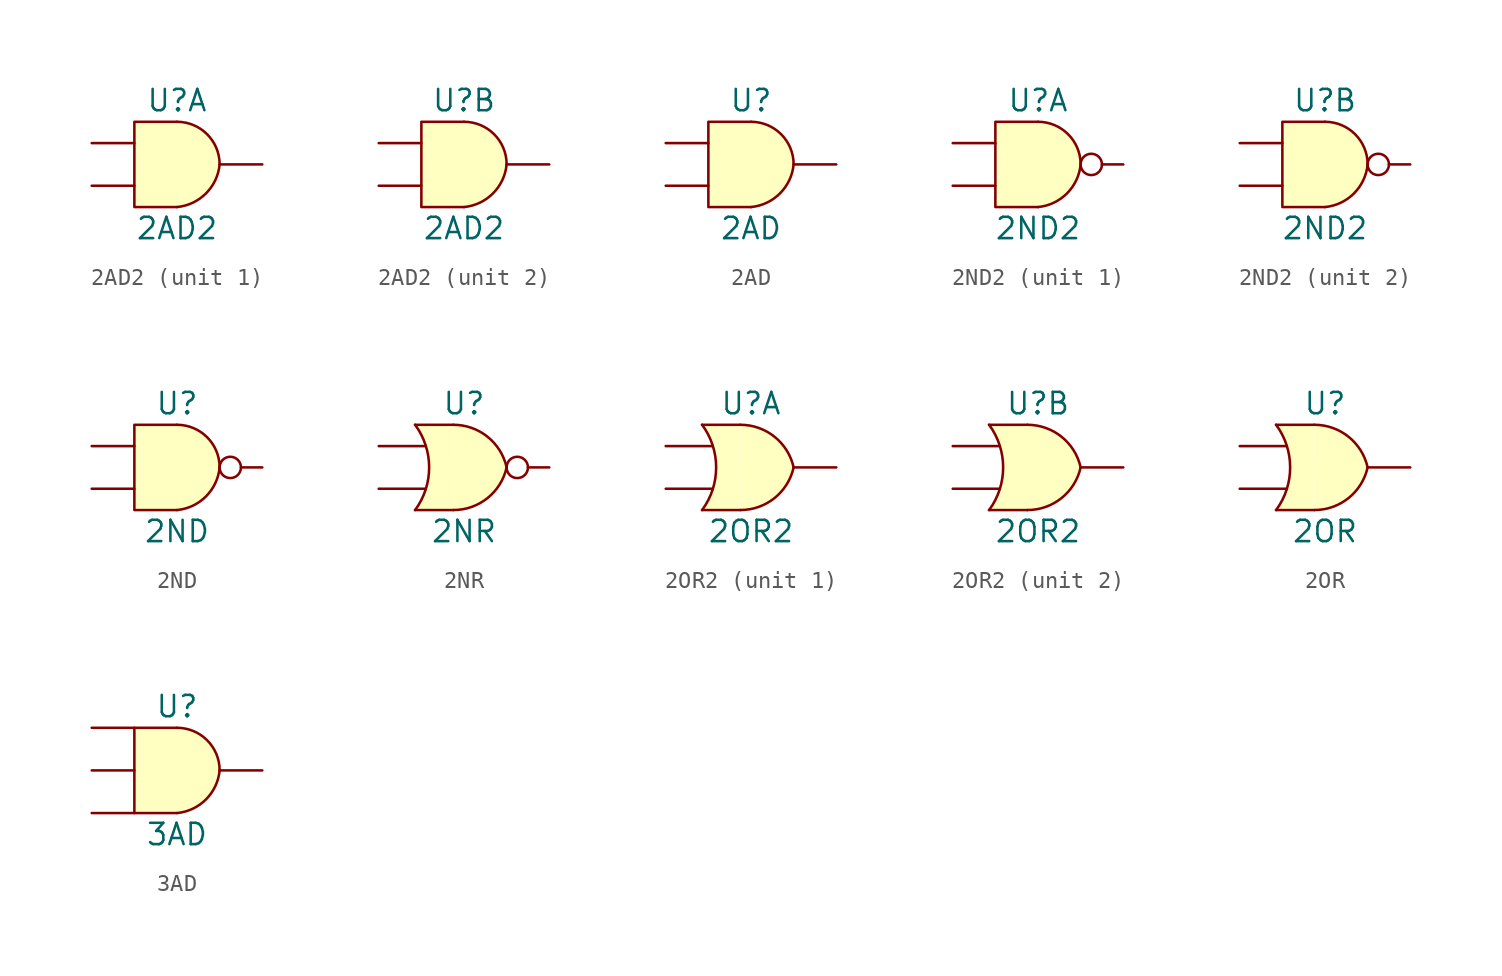
<source format=kicad_sym>
(kicad_symbol_lib
  (version 20231120)
  (generator "kicad_symbol_editor")
  (generator_version "8.0")
  (symbol "2AD2"
    (pin_numbers hide)
    (property "Reference" "U"
      (at 0 3.81 0)
      (effects (font (size 1.27 1.27))))
    (property "Value" "2AD2"
      (at 0 -3.81 0)
      (effects (font (size 1.27 1.27))))
    (property "ki_locked" ""
      (at 0 0 0)
      (effects (font (size 1.27 1.27))))
    (symbol "2AD2_1_1"
      (arc (start 0 -2.54) (mid 1.7263 -1.7263) (end 2.54 0) (stroke (width 0) (type default)) (fill (type background)))
      (polyline (pts (xy 0 2.54) (xy -2.54 2.54) (xy -2.54 -2.54) (xy 0 -2.54)) (stroke (width 0) (type default)) (fill (type background)))
      (arc (start 2.54 0) (mid 1.7961 1.7961) (end 0 2.54) (stroke (width 0) (type default)) (fill (type background)))
      (pin input line (at -5.08 1.27 0) (length 2.54) (name "" (effects (font (size 1.27 1.27)))) (number "1" (effects (font (size 0 0)))))
      (pin input line (at -5.08 -1.27 0) (length 2.54) (name "" (effects (font (size 1.27 1.27)))) (number "2" (effects (font (size 0 0)))))
      (pin output line (at 5.08 0 180) (length 2.54) (name "" (effects (font (size 1.27 1.27)))) (number "3" (effects (font (size 0 0))))))
    (symbol "2AD2_2_1"
      (arc (start 0 -2.54) (mid 1.7263 -1.7263) (end 2.54 0) (stroke (width 0) (type default)) (fill (type background)))
      (polyline (pts (xy 0 2.54) (xy -2.54 2.54) (xy -2.54 -2.54) (xy 0 -2.54)) (stroke (width 0) (type default)) (fill (type background)))
      (arc (start 2.54 0) (mid 1.7961 1.7961) (end 0 2.54) (stroke (width 0) (type default)) (fill (type background)))
      (pin input line (at -5.08 1.27 0) (length 2.54) (name "" (effects (font (size 1.27 1.27)))) (number "4" (effects (font (size 0 0)))))
      (pin input line (at -5.08 -1.27 0) (length 2.54) (name "" (effects (font (size 1.27 1.27)))) (number "5" (effects (font (size 0 0)))))
      (pin output line (at 5.08 0 180) (length 2.54) (name "" (effects (font (size 1.27 1.27)))) (number "6" (effects (font (size 0 0)))))))
  (symbol "2AD"
    (property "Reference" "U"
      (at 0 3.81 0)
      (effects (font (size 1.27 1.27))))
    (property "Value" "2AD"
      (at 0 -3.81 0)
      (effects (font (size 1.27 1.27))))
    (symbol "2AD_1_1"
      (arc (start 0 -2.54) (mid 1.7263 -1.7263) (end 2.54 0) (stroke (width 0) (type default)) (fill (type background)))
      (polyline (pts (xy 0 2.54) (xy -2.54 2.54) (xy -2.54 -2.54) (xy 0 -2.54)) (stroke (width 0) (type default)) (fill (type background)))
      (arc (start 2.54 0) (mid 1.7961 1.7961) (end 0 2.54) (stroke (width 0) (type default)) (fill (type background)))
      (pin input line (at -5.08 1.27 0) (length 2.54) (name "" (effects (font (size 1.27 1.27)))) (number "1" (effects (font (size 0 0)))))
      (pin input line (at -5.08 -1.27 0) (length 2.54) (name "" (effects (font (size 1.27 1.27)))) (number "2" (effects (font (size 0 0)))))
      (pin output line (at 5.08 0 180) (length 2.54) (name "" (effects (font (size 1.27 1.27)))) (number "3" (effects (font (size 0 0)))))))
  (symbol "2ND2"
    (pin_numbers hide)
    (property "Reference" "U"
      (at 0 3.81 0)
      (effects (font (size 1.27 1.27))))
    (property "Value" "2ND2"
      (at 0 -3.81 0)
      (effects (font (size 1.27 1.27))))
    (property "ki_locked" ""
      (at 0 0 0)
      (effects (font (size 1.27 1.27))))
    (symbol "2ND2_1_1"
      (arc (start 0 -2.54) (mid 1.7263 -1.7263) (end 2.54 0) (stroke (width 0) (type default)) (fill (type background)))
      (polyline (pts (xy 0 2.54) (xy -2.54 2.54) (xy -2.54 -2.54) (xy 0 -2.54)) (stroke (width 0) (type default)) (fill (type background)))
      (arc (start 2.54 0) (mid 1.7961 1.7961) (end 0 2.54) (stroke (width 0) (type default)) (fill (type background)))
      (pin input line (at -5.08 1.27 0) (length 2.54) (name "" (effects (font (size 1.27 1.27)))) (number "1" (effects (font (size 0 0)))))
      (pin input line (at -5.08 -1.27 0) (length 2.54) (name "" (effects (font (size 1.27 1.27)))) (number "2" (effects (font (size 0 0)))))
      (pin output inverted (at 5.08 0 180) (length 2.54) (name "" (effects (font (size 1.27 1.27)))) (number "3" (effects (font (size 0 0))))))
    (symbol "2ND2_2_1"
      (arc (start 0 -2.54) (mid 1.7263 -1.7263) (end 2.54 0) (stroke (width 0) (type default)) (fill (type background)))
      (polyline (pts (xy 0 2.54) (xy -2.54 2.54) (xy -2.54 -2.54) (xy 0 -2.54)) (stroke (width 0) (type default)) (fill (type background)))
      (arc (start 2.54 0) (mid 1.7961 1.7961) (end 0 2.54) (stroke (width 0) (type default)) (fill (type background)))
      (pin input line (at -5.08 1.27 0) (length 2.54) (name "" (effects (font (size 1.27 1.27)))) (number "4" (effects (font (size 0 0)))))
      (pin input line (at -5.08 -1.27 0) (length 2.54) (name "" (effects (font (size 1.27 1.27)))) (number "5" (effects (font (size 0 0)))))
      (pin output inverted (at 5.08 0 180) (length 2.54) (name "" (effects (font (size 1.27 1.27)))) (number "6" (effects (font (size 0 0)))))))
  (symbol "2ND"
    (property "Reference" "U"
      (at 0 3.81 0)
      (effects (font (size 1.27 1.27))))
    (property "Value" "2ND"
      (at 0 -3.81 0)
      (effects (font (size 1.27 1.27))))
    (symbol "2ND_1_1"
      (arc (start 0 -2.54) (mid 1.7263 -1.7263) (end 2.54 0) (stroke (width 0) (type default)) (fill (type background)))
      (polyline (pts (xy 0 2.54) (xy -2.54 2.54) (xy -2.54 -2.54) (xy 0 -2.54)) (stroke (width 0) (type default)) (fill (type background)))
      (arc (start 2.54 0) (mid 1.7961 1.7961) (end 0 2.54) (stroke (width 0) (type default)) (fill (type background)))
      (pin input line (at -5.08 1.27 0) (length 2.54) (name "" (effects (font (size 1.27 1.27)))) (number "1" (effects (font (size 0 0)))))
      (pin input line (at -5.08 -1.27 0) (length 2.54) (name "" (effects (font (size 1.27 1.27)))) (number "2" (effects (font (size 0 0)))))
      (pin output inverted (at 5.08 0 180) (length 2.54) (name "" (effects (font (size 1.27 1.27)))) (number "3" (effects (font (size 0 0)))))))
  (symbol "2NR"
    (property "Reference" "U"
      (at 0 3.81 0)
      (effects (font (size 1.27 1.27))))
    (property "Value" "2NR"
      (at 0 -3.81 0)
      (effects (font (size 1.27 1.27))))
    (symbol "2NR_1_1"
      (arc (start -2.9127 -2.5398) (mid -2.0762 0.0001) (end -2.9129 2.54) (stroke (width 0) (type default)) (fill (type none)))
      (arc (start -0.635 -2.54) (mid 1.3992 -1.8283) (end 2.54 0) (stroke (width 0) (type default)) (fill (type background)))
      (polyline (pts (xy -0.635 -2.54) (xy -2.921 -2.54)) (stroke (width 0) (type default)) (fill (type outline)))
      (polyline (pts (xy -0.635 2.54) (xy -2.921 2.54)) (stroke (width 0) (type default)) (fill (type background)))
      (polyline (pts (xy -0.635 2.54) (xy -2.921 2.54) (xy -2.54 1.905) (xy -2.286 1.27) (xy -2.159 0.762) (xy -2.108 0.457) (xy -2.083 0.178) (xy -2.083 -0.127) (xy -2.134 -0.66) (xy -2.21 -1.016) (xy -2.311 -1.372) (xy -2.438 -1.676) (xy -2.616 -2.057) (xy -2.794 -2.337) (xy -2.921 -2.54) (xy -0.635 -2.54)) (stroke (width -0.0001) (type default)) (fill (type background)))
      (arc (start 2.54 0) (mid 1.3994 1.8287) (end -0.635 2.54) (stroke (width 0) (type default)) (fill (type background)))
      (pin input line (at -5.08 1.27 0) (length 2.794) (name "" (effects (font (size 1.27 1.27)))) (number "1" (effects (font (size 0 0)))))
      (pin input line (at -5.08 -1.27 0) (length 2.794) (name "" (effects (font (size 1.27 1.27)))) (number "2" (effects (font (size 0 0)))))
      (pin output inverted (at 5.08 0 180) (length 2.54) (name "" (effects (font (size 1.27 1.27)))) (number "3" (effects (font (size 0 0)))))))
  (symbol "2OR2"
    (pin_numbers hide)
    (property "Reference" "U"
      (at 0 3.81 0)
      (effects (font (size 1.27 1.27))))
    (property "Value" "2OR2"
      (at 0 -3.81 0)
      (effects (font (size 1.27 1.27))))
    (property "ki_locked" ""
      (at 0 0 0)
      (effects (font (size 1.27 1.27))))
    (symbol "2OR2_1_1"
      (arc (start -2.9127 -2.5398) (mid -2.0762 0.0001) (end -2.9129 2.54) (stroke (width 0) (type default)) (fill (type none)))
      (arc (start -0.635 -2.54) (mid 1.3992 -1.8283) (end 2.54 0) (stroke (width 0) (type default)) (fill (type background)))
      (polyline (pts (xy -0.635 -2.54) (xy -2.921 -2.54)) (stroke (width 0) (type default)) (fill (type outline)))
      (polyline (pts (xy -0.635 2.54) (xy -2.921 2.54)) (stroke (width 0) (type default)) (fill (type background)))
      (polyline (pts (xy -0.635 2.54) (xy -2.921 2.54) (xy -2.54 1.905) (xy -2.286 1.27) (xy -2.159 0.762) (xy -2.108 0.457) (xy -2.083 0.178) (xy -2.083 -0.127) (xy -2.134 -0.66) (xy -2.21 -1.016) (xy -2.311 -1.372) (xy -2.438 -1.676) (xy -2.616 -2.057) (xy -2.794 -2.337) (xy -2.921 -2.54) (xy -0.635 -2.54)) (stroke (width -0.0001) (type default)) (fill (type background)))
      (arc (start 2.54 0) (mid 1.3994 1.8287) (end -0.635 2.54) (stroke (width 0) (type default)) (fill (type background)))
      (pin input line (at -5.08 1.27 0) (length 2.794) (name "" (effects (font (size 1.27 1.27)))) (number "1" (effects (font (size 0 0)))))
      (pin input line (at -5.08 -1.27 0) (length 2.794) (name "" (effects (font (size 1.27 1.27)))) (number "2" (effects (font (size 0 0)))))
      (pin output line (at 5.08 0 180) (length 2.54) (name "" (effects (font (size 1.27 1.27)))) (number "3" (effects (font (size 0 0))))))
    (symbol "2OR2_2_1"
      (arc (start -2.9127 -2.5398) (mid -2.0762 0.0001) (end -2.9129 2.54) (stroke (width 0) (type default)) (fill (type none)))
      (arc (start -0.635 -2.54) (mid 1.3992 -1.8283) (end 2.54 0) (stroke (width 0) (type default)) (fill (type background)))
      (polyline (pts (xy -0.635 -2.54) (xy -2.921 -2.54)) (stroke (width 0) (type default)) (fill (type outline)))
      (polyline (pts (xy -0.635 2.54) (xy -2.921 2.54)) (stroke (width 0) (type default)) (fill (type background)))
      (polyline (pts (xy -0.635 2.54) (xy -2.921 2.54) (xy -2.54 1.905) (xy -2.286 1.27) (xy -2.159 0.762) (xy -2.108 0.457) (xy -2.083 0.178) (xy -2.083 -0.127) (xy -2.134 -0.66) (xy -2.21 -1.016) (xy -2.311 -1.372) (xy -2.438 -1.676) (xy -2.616 -2.057) (xy -2.794 -2.337) (xy -2.921 -2.54) (xy -0.635 -2.54)) (stroke (width -0.0001) (type default)) (fill (type background)))
      (arc (start 2.54 0) (mid 1.3994 1.8287) (end -0.635 2.54) (stroke (width 0) (type default)) (fill (type background)))
      (pin input line (at -5.08 1.27 0) (length 2.794) (name "" (effects (font (size 1.27 1.27)))) (number "4" (effects (font (size 0 0)))))
      (pin input line (at -5.08 -1.27 0) (length 2.794) (name "" (effects (font (size 1.27 1.27)))) (number "5" (effects (font (size 0 0)))))
      (pin output line (at 5.08 0 180) (length 2.54) (name "" (effects (font (size 1.27 1.27)))) (number "6" (effects (font (size 0 0)))))))
  (symbol "2OR"
    (property "Reference" "U"
      (at 0 3.81 0)
      (effects (font (size 1.27 1.27))))
    (property "Value" "2OR"
      (at 0 -3.81 0)
      (effects (font (size 1.27 1.27))))
    (symbol "2OR_1_1"
      (arc (start -2.9127 -2.5398) (mid -2.0762 0.0001) (end -2.9129 2.54) (stroke (width 0) (type default)) (fill (type none)))
      (arc (start -0.635 -2.54) (mid 1.3992 -1.8283) (end 2.54 0) (stroke (width 0) (type default)) (fill (type background)))
      (polyline (pts (xy -0.635 -2.54) (xy -2.921 -2.54)) (stroke (width 0) (type default)) (fill (type outline)))
      (polyline (pts (xy -0.635 2.54) (xy -2.921 2.54)) (stroke (width 0) (type default)) (fill (type background)))
      (polyline (pts (xy -0.635 2.54) (xy -2.921 2.54) (xy -2.54 1.905) (xy -2.286 1.27) (xy -2.159 0.762) (xy -2.108 0.457) (xy -2.083 0.178) (xy -2.083 -0.127) (xy -2.134 -0.66) (xy -2.21 -1.016) (xy -2.311 -1.372) (xy -2.438 -1.676) (xy -2.616 -2.057) (xy -2.794 -2.337) (xy -2.921 -2.54) (xy -0.635 -2.54)) (stroke (width -0.0001) (type default)) (fill (type background)))
      (arc (start 2.54 0) (mid 1.3994 1.8287) (end -0.635 2.54) (stroke (width 0) (type default)) (fill (type background)))
      (pin input line (at -5.08 1.27 0) (length 2.794) (name "" (effects (font (size 1.27 1.27)))) (number "1" (effects (font (size 0 0)))))
      (pin input line (at -5.08 -1.27 0) (length 2.794) (name "" (effects (font (size 1.27 1.27)))) (number "2" (effects (font (size 0 0)))))
      (pin output line (at 5.08 0 180) (length 2.54) (name "" (effects (font (size 1.27 1.27)))) (number "3" (effects (font (size 0 0)))))))
  (symbol "3AD"
    (property "Reference" "U"
      (at 0 3.81 0)
      (effects (font (size 1.27 1.27))))
    (property "Value" "3AD"
      (at 0 -3.81 0)
      (effects (font (size 1.27 1.27))))
    (symbol "3AD_1_1"
      (arc (start 0 -2.54) (mid 1.7263 -1.7263) (end 2.54 0) (stroke (width 0) (type default)) (fill (type background)))
      (polyline (pts (xy 0 2.54) (xy -2.54 2.54) (xy -2.54 -2.54) (xy 0 -2.54)) (stroke (width 0) (type default)) (fill (type background)))
      (arc (start 2.54 0) (mid 1.7961 1.7961) (end 0 2.54) (stroke (width 0) (type default)) (fill (type background)))
      (pin input line (at -5.08 2.54 0) (length 2.54) (name "" (effects (font (size 1.27 1.27)))) (number "1" (effects (font (size 0 0)))))
      (pin input line (at -5.08 0 0) (length 2.54) (name "" (effects (font (size 1.27 1.27)))) (number "2" (effects (font (size 0 0)))))
      (pin input line (at -5.08 -2.54 0) (length 2.54) (name "" (effects (font (size 1.27 1.27)))) (number "3" (effects (font (size 0 0)))))
      (pin output line (at 5.08 0 180) (length 2.54) (name "" (effects (font (size 1.27 1.27)))) (number "4" (effects (font (size 0 0))))))))
</source>
